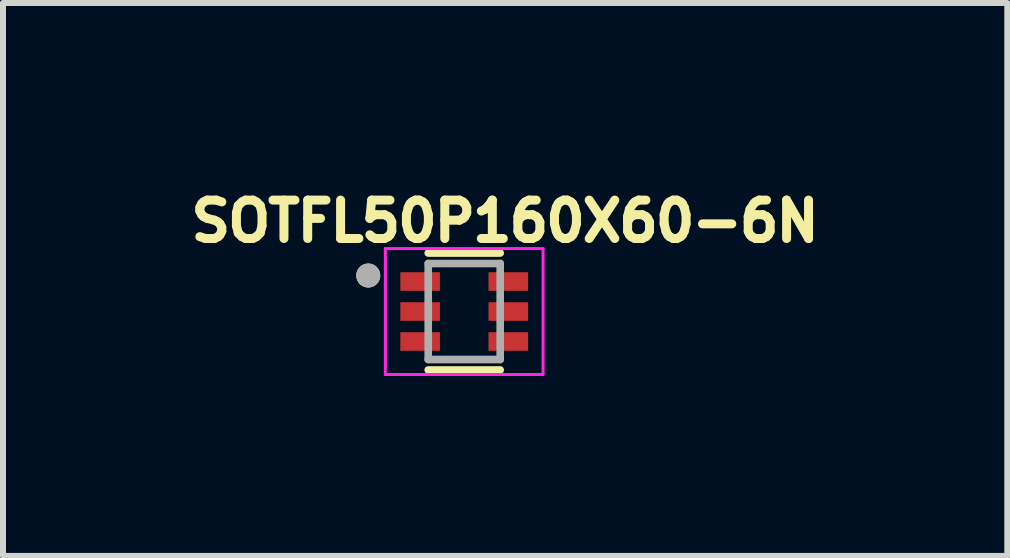
<source format=kicad_pcb>
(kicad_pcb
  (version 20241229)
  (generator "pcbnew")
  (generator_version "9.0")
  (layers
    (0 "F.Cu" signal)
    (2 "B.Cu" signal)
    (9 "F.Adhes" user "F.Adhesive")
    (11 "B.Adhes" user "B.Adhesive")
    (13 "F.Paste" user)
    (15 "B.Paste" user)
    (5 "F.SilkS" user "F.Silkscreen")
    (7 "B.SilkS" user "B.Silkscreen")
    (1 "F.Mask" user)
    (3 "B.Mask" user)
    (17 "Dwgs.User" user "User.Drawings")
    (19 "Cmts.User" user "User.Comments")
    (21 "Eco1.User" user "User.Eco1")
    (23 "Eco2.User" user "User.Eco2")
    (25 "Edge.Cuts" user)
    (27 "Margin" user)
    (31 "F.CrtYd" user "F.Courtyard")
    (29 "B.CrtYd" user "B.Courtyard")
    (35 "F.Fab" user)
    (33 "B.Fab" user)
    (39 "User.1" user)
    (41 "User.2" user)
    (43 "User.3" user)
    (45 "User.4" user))
  (footprint "SOTFL50P160X60-6N"
    (layer "F.Cu")
    (at 4.69 2.144)
    (property "Reference" "SOTFL50P160X60-6N" (at 0.682 -1.506 0) (layer "F.SilkS") (effects (font (size 0.64 0.64) (thickness 0.15))))
    (attr through_hole)
    (fp_line (start -0.6 -0.975) (end 0.6 -0.975) (stroke (width 0.127) (type solid)) (layer "F.SilkS"))
    (fp_line (start -0.6 0.975) (end 0.6 0.975) (stroke (width 0.127) (type solid)) (layer "F.SilkS"))
    (fp_circle (center -1.6 -0.6) (end -1.5 -0.6) (stroke (width 0.2) (type solid)) (fill no) (layer "F.SilkS"))
    (fp_line (start -1.315 -1.05) (end 1.315 -1.05) (stroke (width 0.05) (type solid)) (layer "F.CrtYd"))
    (fp_line (start -1.315 1.05) (end -1.315 -1.05) (stroke (width 0.05) (type solid)) (layer "F.CrtYd"))
    (fp_line (start 1.315 -1.05) (end 1.315 1.05) (stroke (width 0.05) (type solid)) (layer "F.CrtYd"))
    (fp_line (start 1.315 1.05) (end -1.315 1.05) (stroke (width 0.05) (type solid)) (layer "F.CrtYd"))
    (fp_line (start -0.6 -0.8) (end 0.6 -0.8) (stroke (width 0.127) (type solid)) (layer "F.Fab"))
    (fp_line (start -0.6 0.8) (end -0.6 -0.8) (stroke (width 0.127) (type solid)) (layer "F.Fab"))
    (fp_line (start 0.6 -0.8) (end 0.6 0.8) (stroke (width 0.127) (type solid)) (layer "F.Fab"))
    (fp_line (start 0.6 0.8) (end -0.6 0.8) (stroke (width 0.127) (type solid)) (layer "F.Fab"))
    (fp_circle (center -1.6 -0.6) (end -1.5 -0.6) (stroke (width 0.2) (type solid)) (fill no) (layer "F.Fab"))
    (pad "1" smd rect (at -0.735 -0.5) (size 0.66 0.31) (layers "F.Cu" "F.Mask" "F.Paste"))
    (pad "2" smd rect (at -0.735 0) (size 0.66 0.31) (layers "F.Cu" "F.Mask" "F.Paste"))
    (pad "3" smd rect (at -0.735 0.5) (size 0.66 0.31) (layers "F.Cu" "F.Mask" "F.Paste"))
    (pad "4" smd rect (at 0.735 0.5) (size 0.66 0.31) (layers "F.Cu" "F.Mask" "F.Paste"))
    (pad "5" smd rect (at 0.735 0) (size 0.66 0.31) (layers "F.Cu" "F.Mask" "F.Paste"))
    (pad "6" smd rect (at 0.735 -0.5) (size 0.66 0.31) (layers "F.Cu" "F.Mask" "F.Paste")))
  (gr_rect
    (start -3 -3)
    (end 13.745 6.219)
    (stroke (width 0.1) (type default))
    (fill no)
    (layer "Edge.Cuts")))
</source>
